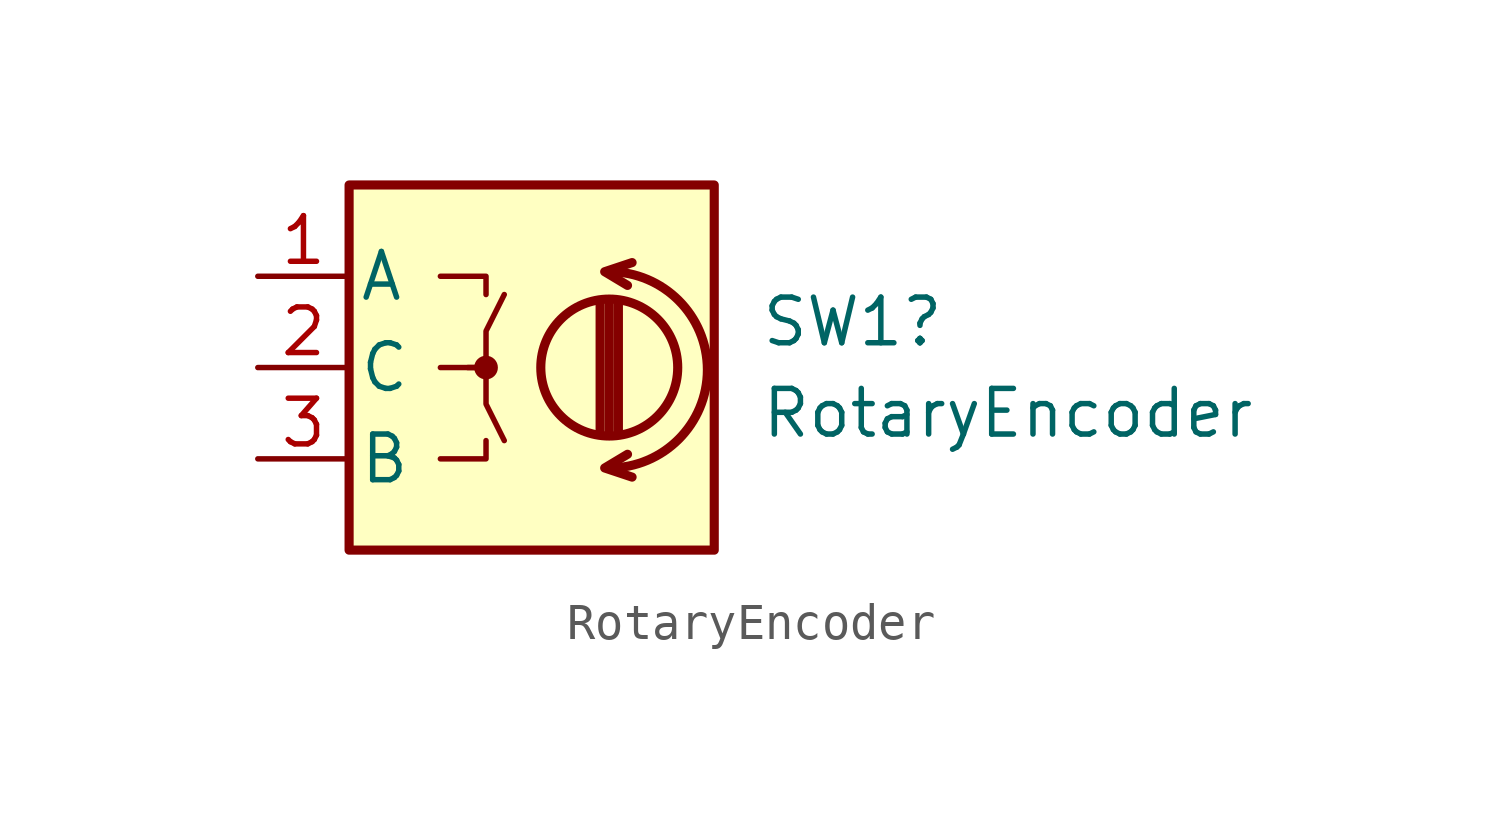
<source format=kicad_sym>
(kicad_symbol_lib
  (version 20211014)
  (generator kicad_symbol_editor)
  (symbol "RotaryEncoder"
    (pin_names
      (offset 0.254))
    (property "Reference" "SW1"
      (at 6.35 1.27 0)
      (effects (font (size 1.27 1.27)) (justify left)))
    (property "Value" "RotaryEncoder"
      (at 6.35 -1.27 0)
      (effects (font (size 1.27 1.27)) (justify left)))
    (symbol "RotaryEncoder_0_1"
      (rectangle (start -5.08 5.08) (end 5.08 -5.08) (stroke (width 0.254) (type default) (color 0 0 0 0)) (fill (type background)))
      (circle (center -1.27 0) (radius 0.254) (stroke (width 0) (type default) (color 0 0 0 0)) (fill (type outline)))
      (polyline (pts (xy 1.905 -1.778) (xy 1.905 1.778)) (stroke (width 0.254) (type default) (color 0 0 0 0)) (fill (type none)))
      (polyline (pts (xy 2.159 -1.778) (xy 2.159 1.778)) (stroke (width 0.254) (type default) (color 0 0 0 0)) (fill (type none)))
      (polyline (pts (xy 2.413 1.778) (xy 2.413 -1.778)) (stroke (width 0.254) (type default) (color 0 0 0 0)) (fill (type none)))
      (polyline (pts (xy -2.54 -2.54) (xy -1.27 -2.54) (xy -1.27 -2.032)) (stroke (width 0) (type default) (color 0 0 0 0)) (fill (type none)))
      (polyline (pts (xy -2.54 2.54) (xy -1.27 2.54) (xy -1.27 2.032)) (stroke (width 0) (type default) (color 0 0 0 0)) (fill (type none)))
      (polyline (pts (xy 2.794 -3.048) (xy 2.032 -2.794) (xy 2.667 -2.413)) (stroke (width 0.254) (type default) (color 0 0 0 0)) (fill (type none)))
      (polyline (pts (xy 2.794 2.921) (xy 2.032 2.667) (xy 2.667 2.286)) (stroke (width 0.254) (type default) (color 0 0 0 0)) (fill (type none)))
      (polyline (pts (xy -2.54 0) (xy -1.27 0) (xy -1.27 -1.016) (xy -0.762 -2.032)) (stroke (width 0) (type default) (color 0 0 0 0)) (fill (type none)))
      (polyline (pts (xy -1.778 0) (xy -1.27 0) (xy -1.27 1.016) (xy -0.762 2.032)) (stroke (width 0) (type default) (color 0 0 0 0)) (fill (type none)))
      (arc (start 2.159 -2.794) (mid 4.9022 -0.0635) (end 2.159 2.667) (stroke (width 0.254) (type default) (color 0 0 0 0)) (fill (type none)))
      (circle (center 2.159 0) (radius 1.905) (stroke (width 0.254) (type default) (color 0 0 0 0)) (fill (type none))))
    (symbol "RotaryEncoder_1_1"
      (pin passive line (at -7.62 2.54 0) (length 2.54) (name "A" (effects (font (size 1.27 1.27)))) (number "1" (effects (font (size 1.27 1.27)))))
      (pin passive line (at -7.62 0 0) (length 2.54) (name "C" (effects (font (size 1.27 1.27)))) (number "2" (effects (font (size 1.27 1.27)))))
      (pin passive line (at -7.62 -2.54 0) (length 2.54) (name "B" (effects (font (size 1.27 1.27)))) (number "3" (effects (font (size 1.27 1.27))))))))
</source>
